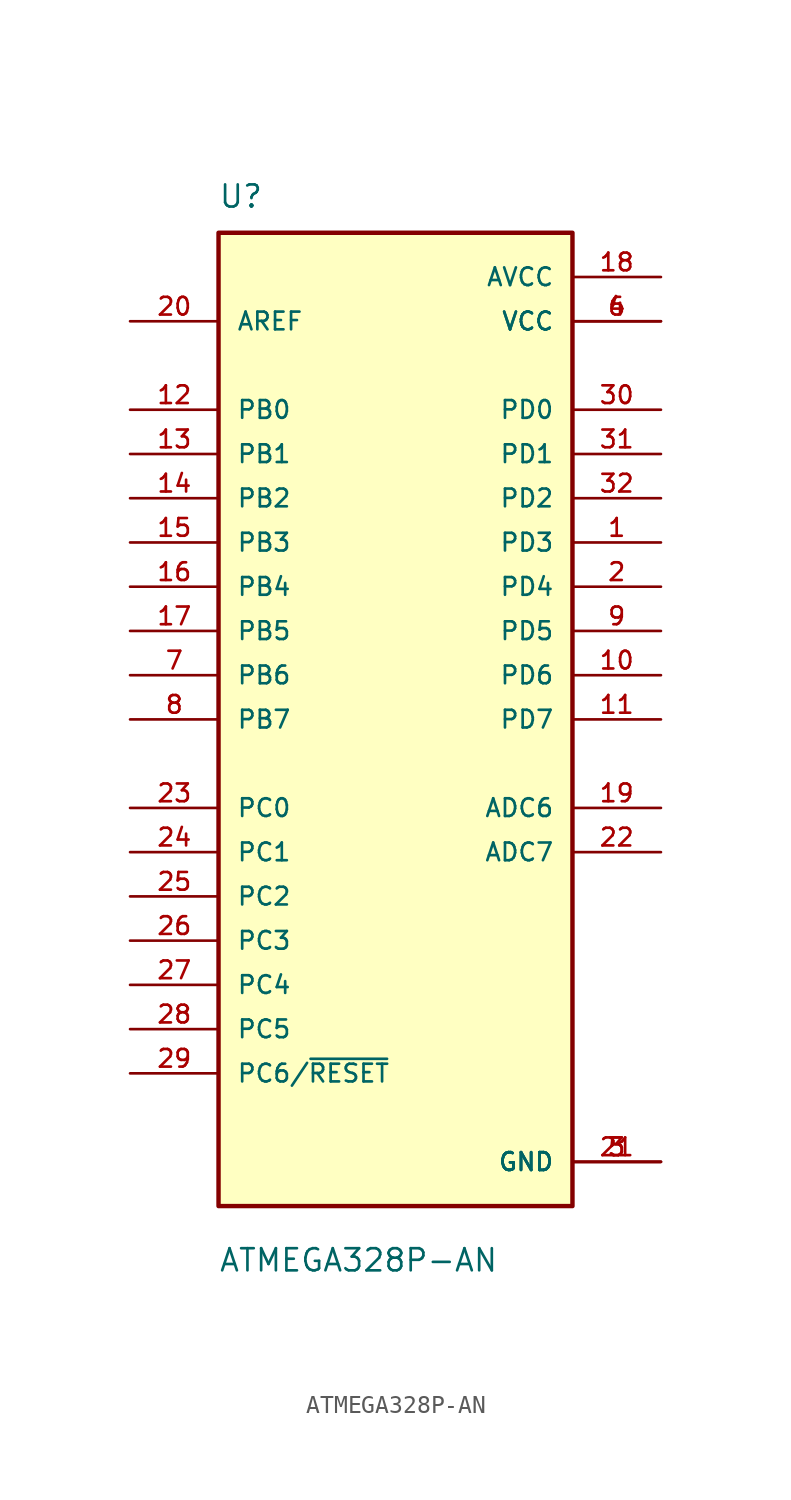
<source format=kicad_sym>
(kicad_symbol_lib
  (version 20211014)
  (generator kicad_symbol_editor)
  (symbol "ATMEGA328P-AN"
    (pin_names
      (offset 1.016))
    (property "Reference" "U"
      (at -10.186 29.284 0)
      (effects (font (size 1.27 1.27)) (justify bottom left)))
    (property "Value" "ATMEGA328P-AN"
      (at -10.173 -31.791 0)
      (effects (font (size 1.27 1.27)) (justify bottom left)))
    (symbol "ATMEGA328P-AN_0_0"
      (rectangle (start -10.16 -27.94) (end 10.16 27.94) (stroke (width 0.254)) (fill (type background)))
      (pin power_in line (at 15.24 22.86 180.0) (length 5.08) (name "VCC" (effects (font (size 1.016 1.016)))) (number "4" (effects (font (size 1.016 1.016)))))
      (pin power_in line (at 15.24 22.86 180.0) (length 5.08) (name "VCC" (effects (font (size 1.016 1.016)))) (number "6" (effects (font (size 1.016 1.016)))))
      (pin power_in line (at 15.24 -25.4 180.0) (length 5.08) (name "GND" (effects (font (size 1.016 1.016)))) (number "3" (effects (font (size 1.016 1.016)))))
      (pin power_in line (at 15.24 -25.4 180.0) (length 5.08) (name "GND" (effects (font (size 1.016 1.016)))) (number "5" (effects (font (size 1.016 1.016)))))
      (pin power_in line (at 15.24 -25.4 180.0) (length 5.08) (name "GND" (effects (font (size 1.016 1.016)))) (number "21" (effects (font (size 1.016 1.016)))))
      (pin bidirectional line (at -15.24 17.78 0) (length 5.08) (name "PB0" (effects (font (size 1.016 1.016)))) (number "12" (effects (font (size 1.016 1.016)))))
      (pin bidirectional line (at -15.24 15.24 0) (length 5.08) (name "PB1" (effects (font (size 1.016 1.016)))) (number "13" (effects (font (size 1.016 1.016)))))
      (pin bidirectional line (at -15.24 12.7 0) (length 5.08) (name "PB2" (effects (font (size 1.016 1.016)))) (number "14" (effects (font (size 1.016 1.016)))))
      (pin bidirectional line (at -15.24 10.16 0) (length 5.08) (name "PB3" (effects (font (size 1.016 1.016)))) (number "15" (effects (font (size 1.016 1.016)))))
      (pin bidirectional line (at -15.24 7.62 0) (length 5.08) (name "PB4" (effects (font (size 1.016 1.016)))) (number "16" (effects (font (size 1.016 1.016)))))
      (pin bidirectional line (at -15.24 5.08 0) (length 5.08) (name "PB5" (effects (font (size 1.016 1.016)))) (number "17" (effects (font (size 1.016 1.016)))))
      (pin bidirectional line (at -15.24 2.54 0) (length 5.08) (name "PB6" (effects (font (size 1.016 1.016)))) (number "7" (effects (font (size 1.016 1.016)))))
      (pin bidirectional line (at -15.24 0.0 0) (length 5.08) (name "PB7" (effects (font (size 1.016 1.016)))) (number "8" (effects (font (size 1.016 1.016)))))
      (pin bidirectional line (at -15.24 -5.08 0) (length 5.08) (name "PC0" (effects (font (size 1.016 1.016)))) (number "23" (effects (font (size 1.016 1.016)))))
      (pin bidirectional line (at -15.24 -7.62 0) (length 5.08) (name "PC1" (effects (font (size 1.016 1.016)))) (number "24" (effects (font (size 1.016 1.016)))))
      (pin bidirectional line (at -15.24 -10.16 0) (length 5.08) (name "PC2" (effects (font (size 1.016 1.016)))) (number "25" (effects (font (size 1.016 1.016)))))
      (pin bidirectional line (at -15.24 -12.7 0) (length 5.08) (name "PC3" (effects (font (size 1.016 1.016)))) (number "26" (effects (font (size 1.016 1.016)))))
      (pin bidirectional line (at -15.24 -15.24 0) (length 5.08) (name "PC4" (effects (font (size 1.016 1.016)))) (number "27" (effects (font (size 1.016 1.016)))))
      (pin bidirectional line (at -15.24 -17.78 0) (length 5.08) (name "PC5" (effects (font (size 1.016 1.016)))) (number "28" (effects (font (size 1.016 1.016)))))
      (pin bidirectional line (at -15.24 -20.32 0) (length 5.08) (name "PC6/~{RESET}" (effects (font (size 1.016 1.016)))) (number "29" (effects (font (size 1.016 1.016)))))
      (pin bidirectional line (at 15.24 17.78 180.0) (length 5.08) (name "PD0" (effects (font (size 1.016 1.016)))) (number "30" (effects (font (size 1.016 1.016)))))
      (pin bidirectional line (at 15.24 15.24 180.0) (length 5.08) (name "PD1" (effects (font (size 1.016 1.016)))) (number "31" (effects (font (size 1.016 1.016)))))
      (pin bidirectional line (at 15.24 12.7 180.0) (length 5.08) (name "PD2" (effects (font (size 1.016 1.016)))) (number "32" (effects (font (size 1.016 1.016)))))
      (pin bidirectional line (at 15.24 10.16 180.0) (length 5.08) (name "PD3" (effects (font (size 1.016 1.016)))) (number "1" (effects (font (size 1.016 1.016)))))
      (pin bidirectional line (at 15.24 7.62 180.0) (length 5.08) (name "PD4" (effects (font (size 1.016 1.016)))) (number "2" (effects (font (size 1.016 1.016)))))
      (pin bidirectional line (at 15.24 5.08 180.0) (length 5.08) (name "PD5" (effects (font (size 1.016 1.016)))) (number "9" (effects (font (size 1.016 1.016)))))
      (pin bidirectional line (at 15.24 2.54 180.0) (length 5.08) (name "PD6" (effects (font (size 1.016 1.016)))) (number "10" (effects (font (size 1.016 1.016)))))
      (pin bidirectional line (at 15.24 0.0 180.0) (length 5.08) (name "PD7" (effects (font (size 1.016 1.016)))) (number "11" (effects (font (size 1.016 1.016)))))
      (pin input line (at -15.24 22.86 0) (length 5.08) (name "AREF" (effects (font (size 1.016 1.016)))) (number "20" (effects (font (size 1.016 1.016)))))
      (pin power_in line (at 15.24 25.4 180.0) (length 5.08) (name "AVCC" (effects (font (size 1.016 1.016)))) (number "18" (effects (font (size 1.016 1.016)))))
      (pin bidirectional line (at 15.24 -5.08 180.0) (length 5.08) (name "ADC6" (effects (font (size 1.016 1.016)))) (number "19" (effects (font (size 1.016 1.016)))))
      (pin bidirectional line (at 15.24 -7.62 180.0) (length 5.08) (name "ADC7" (effects (font (size 1.016 1.016)))) (number "22" (effects (font (size 1.016 1.016))))))))
</source>
